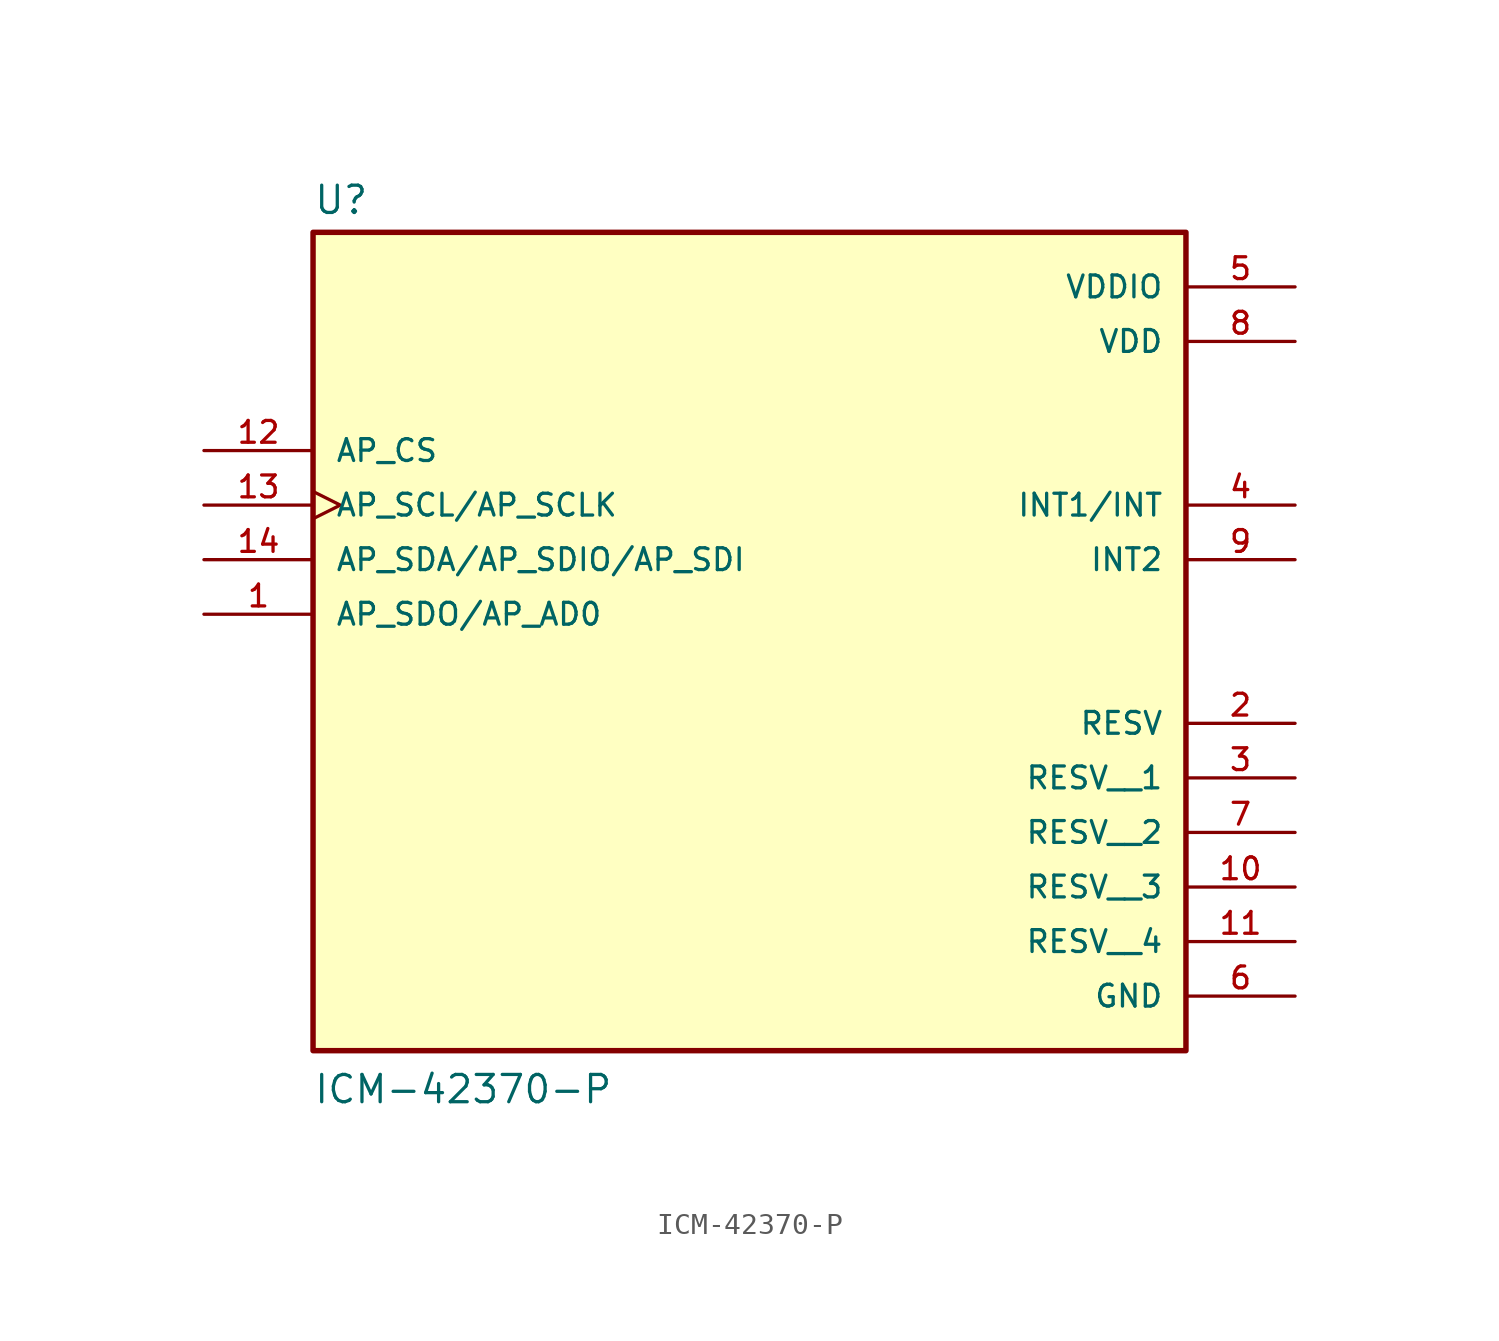
<source format=kicad_sym>
(kicad_symbol_lib
  (version 20211014)
  (generator kicad_symbol_editor)
  (symbol "ICM-42370-P"
    (pin_names
      (offset 1.016))
    (property "Reference" "U"
      (at -20.32 16.002 0)
      (effects (font (size 1.27 1.27)) (justify bottom left)))
    (property "Value" "ICM-42370-P"
      (at -20.32 -25.4 0)
      (effects (font (size 1.27 1.27)) (justify bottom left)))
    (symbol "ICM-42370-P_0_0"
      (rectangle (start -20.32 -22.86) (end 20.32 15.24) (stroke (width 0.254)) (fill (type background)))
      (pin bidirectional line (at -25.4 -2.54 0) (length 5.08) (name "AP_SDO/AP_AD0" (effects (font (size 1.016 1.016)))) (number "1" (effects (font (size 1.016 1.016)))))
      (pin output line (at 25.4 2.54 180.0) (length 5.08) (name "INT1/INT" (effects (font (size 1.016 1.016)))) (number "4" (effects (font (size 1.016 1.016)))))
      (pin power_in line (at 25.4 12.7 180.0) (length 5.08) (name "VDDIO" (effects (font (size 1.016 1.016)))) (number "5" (effects (font (size 1.016 1.016)))))
      (pin power_in line (at 25.4 -20.32 180.0) (length 5.08) (name "GND" (effects (font (size 1.016 1.016)))) (number "6" (effects (font (size 1.016 1.016)))))
      (pin power_in line (at 25.4 10.16 180.0) (length 5.08) (name "VDD" (effects (font (size 1.016 1.016)))) (number "8" (effects (font (size 1.016 1.016)))))
      (pin output line (at 25.4 0.0 180.0) (length 5.08) (name "INT2" (effects (font (size 1.016 1.016)))) (number "9" (effects (font (size 1.016 1.016)))))
      (pin input line (at -25.4 5.08 0) (length 5.08) (name "AP_CS" (effects (font (size 1.016 1.016)))) (number "12" (effects (font (size 1.016 1.016)))))
      (pin input clock (at -25.4 2.54 0) (length 5.08) (name "AP_SCL/AP_SCLK" (effects (font (size 1.016 1.016)))) (number "13" (effects (font (size 1.016 1.016)))))
      (pin bidirectional line (at -25.4 0.0 0) (length 5.08) (name "AP_SDA/AP_SDIO/AP_SDI" (effects (font (size 1.016 1.016)))) (number "14" (effects (font (size 1.016 1.016)))))
      (pin passive line (at 25.4 -7.62 180.0) (length 5.08) (name "RESV" (effects (font (size 1.016 1.016)))) (number "2" (effects (font (size 1.016 1.016)))))
      (pin passive line (at 25.4 -10.16 180.0) (length 5.08) (name "RESV__1" (effects (font (size 1.016 1.016)))) (number "3" (effects (font (size 1.016 1.016)))))
      (pin passive line (at 25.4 -12.7 180.0) (length 5.08) (name "RESV__2" (effects (font (size 1.016 1.016)))) (number "7" (effects (font (size 1.016 1.016)))))
      (pin passive line (at 25.4 -15.24 180.0) (length 5.08) (name "RESV__3" (effects (font (size 1.016 1.016)))) (number "10" (effects (font (size 1.016 1.016)))))
      (pin passive line (at 25.4 -17.78 180.0) (length 5.08) (name "RESV__4" (effects (font (size 1.016 1.016)))) (number "11" (effects (font (size 1.016 1.016))))))))
</source>
